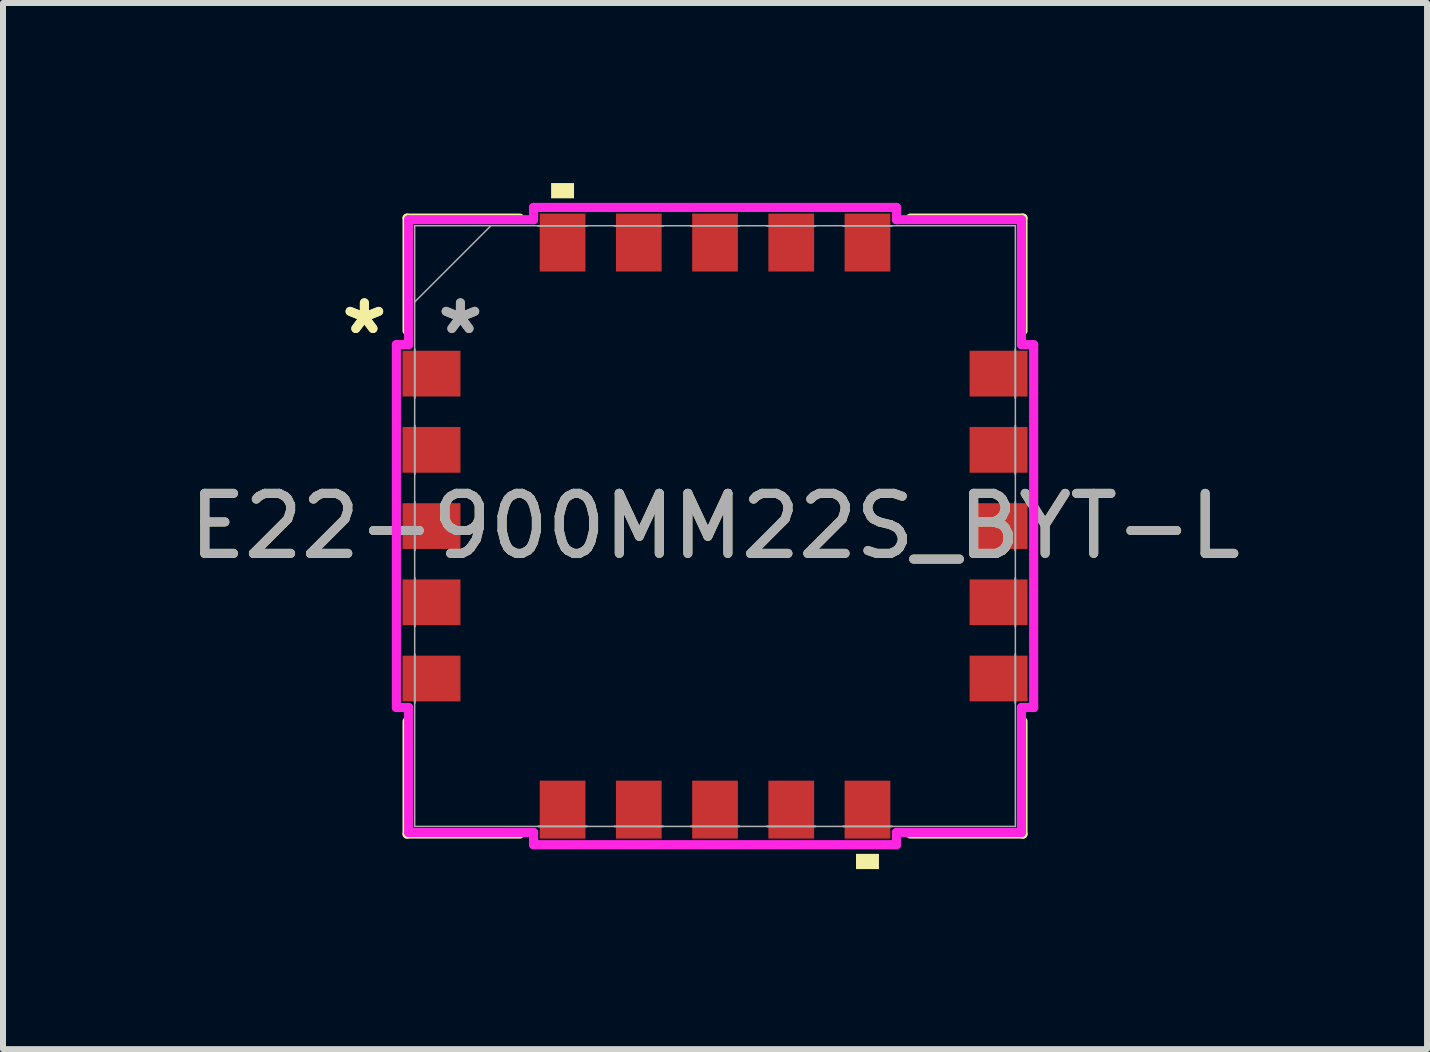
<source format=kicad_pcb>
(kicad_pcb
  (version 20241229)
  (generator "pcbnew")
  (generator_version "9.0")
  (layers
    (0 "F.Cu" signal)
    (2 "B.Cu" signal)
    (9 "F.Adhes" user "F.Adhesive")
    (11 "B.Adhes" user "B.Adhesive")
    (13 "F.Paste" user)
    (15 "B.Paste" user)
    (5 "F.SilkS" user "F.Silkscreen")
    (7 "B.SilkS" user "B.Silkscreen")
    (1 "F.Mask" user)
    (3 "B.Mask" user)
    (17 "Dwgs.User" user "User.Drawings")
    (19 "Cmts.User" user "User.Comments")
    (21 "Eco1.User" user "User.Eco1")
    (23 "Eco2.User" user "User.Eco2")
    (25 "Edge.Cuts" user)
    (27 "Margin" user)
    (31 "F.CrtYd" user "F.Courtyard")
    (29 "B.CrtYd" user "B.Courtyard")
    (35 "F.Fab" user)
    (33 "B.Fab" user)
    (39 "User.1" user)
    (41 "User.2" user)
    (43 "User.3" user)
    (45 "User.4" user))
  (footprint "E22-900MM22S_BYT-L"
    (layer "F.Cu")
    (at 8.863 5.715)
    (property "Reference" "E22-900MM22S_BYT-L" (at 0 0 0) (unlocked yes) (layer "F.SilkS") (effects (font (size 1 1) (thickness 0.15))))
    (attr smd)
    (fp_line (start -5.131 -5.131) (end -5.131 -3.254) (stroke (width 0.152) (type solid)) (layer "F.SilkS"))
    (fp_line (start -5.131 3.254) (end -5.131 5.131) (stroke (width 0.152) (type solid)) (layer "F.SilkS"))
    (fp_line (start -5.131 5.131) (end -3.254 5.131) (stroke (width 0.152) (type solid)) (layer "F.SilkS"))
    (fp_line (start -3.254 -5.131) (end -5.131 -5.131) (stroke (width 0.152) (type solid)) (layer "F.SilkS"))
    (fp_line (start 3.254 5.131) (end 5.131 5.131) (stroke (width 0.152) (type solid)) (layer "F.SilkS"))
    (fp_line (start 5.131 -5.131) (end 3.254 -5.131) (stroke (width 0.152) (type solid)) (layer "F.SilkS"))
    (fp_line (start 5.131 -3.254) (end 5.131 -5.131) (stroke (width 0.152) (type solid)) (layer "F.SilkS"))
    (fp_line (start 5.131 5.131) (end 5.131 3.254) (stroke (width 0.152) (type solid)) (layer "F.SilkS"))
    (fp_poly (pts (xy -2.731 -5.461) (xy -2.731 -5.715) (xy -2.349 -5.715) (xy -2.349 -5.461)) (stroke (width 0) (type solid)) (fill yes) (layer "F.SilkS"))
    (fp_poly (pts (xy 2.349 5.461) (xy 2.349 5.715) (xy 2.731 5.715) (xy 2.731 5.461)) (stroke (width 0) (type solid)) (fill yes) (layer "F.SilkS"))
    (fp_line (start -5.309 -3.023) (end -5.105 -3.023) (stroke (width 0.152) (type solid)) (layer "F.CrtYd"))
    (fp_line (start -5.309 3.023) (end -5.309 -3.023) (stroke (width 0.152) (type solid)) (layer "F.CrtYd"))
    (fp_line (start -5.105 -5.105) (end -3.023 -5.105) (stroke (width 0.152) (type solid)) (layer "F.CrtYd"))
    (fp_line (start -5.105 -3.023) (end -5.105 -5.105) (stroke (width 0.152) (type solid)) (layer "F.CrtYd"))
    (fp_line (start -5.105 3.023) (end -5.309 3.023) (stroke (width 0.152) (type solid)) (layer "F.CrtYd"))
    (fp_line (start -5.105 5.105) (end -5.105 3.023) (stroke (width 0.152) (type solid)) (layer "F.CrtYd"))
    (fp_line (start -3.023 -5.309) (end 3.023 -5.309) (stroke (width 0.152) (type solid)) (layer "F.CrtYd"))
    (fp_line (start -3.023 -5.105) (end -3.023 -5.309) (stroke (width 0.152) (type solid)) (layer "F.CrtYd"))
    (fp_line (start -3.023 5.105) (end -5.105 5.105) (stroke (width 0.152) (type solid)) (layer "F.CrtYd"))
    (fp_line (start -3.023 5.309) (end -3.023 5.105) (stroke (width 0.152) (type solid)) (layer "F.CrtYd"))
    (fp_line (start 3.023 -5.309) (end 3.023 -5.105) (stroke (width 0.152) (type solid)) (layer "F.CrtYd"))
    (fp_line (start 3.023 -5.105) (end 5.105 -5.105) (stroke (width 0.152) (type solid)) (layer "F.CrtYd"))
    (fp_line (start 3.023 5.105) (end 3.023 5.309) (stroke (width 0.152) (type solid)) (layer "F.CrtYd"))
    (fp_line (start 3.023 5.309) (end -3.023 5.309) (stroke (width 0.152) (type solid)) (layer "F.CrtYd"))
    (fp_line (start 5.105 -5.105) (end 5.105 -3.023) (stroke (width 0.152) (type solid)) (layer "F.CrtYd"))
    (fp_line (start 5.105 -3.023) (end 5.309 -3.023) (stroke (width 0.152) (type solid)) (layer "F.CrtYd"))
    (fp_line (start 5.105 3.023) (end 5.105 5.105) (stroke (width 0.152) (type solid)) (layer "F.CrtYd"))
    (fp_line (start 5.105 5.105) (end 3.023 5.105) (stroke (width 0.152) (type solid)) (layer "F.CrtYd"))
    (fp_line (start 5.309 -3.023) (end 5.309 3.023) (stroke (width 0.152) (type solid)) (layer "F.CrtYd"))
    (fp_line (start 5.309 3.023) (end 5.105 3.023) (stroke (width 0.152) (type solid)) (layer "F.CrtYd"))
    (fp_line (start -5.004 -5.004) (end -5.004 -5.004) (stroke (width 0.025) (type solid)) (layer "F.Fab"))
    (fp_line (start -5.004 -5.004) (end -5.004 5.004) (stroke (width 0.025) (type solid)) (layer "F.Fab"))
    (fp_line (start -5.004 -3.734) (end -3.734 -5.004) (stroke (width 0.025) (type solid)) (layer "F.Fab"))
    (fp_line (start -5.004 -2.946) (end -5.004 -2.946) (stroke (width 0.025) (type solid)) (layer "F.Fab"))
    (fp_line (start -5.004 -2.946) (end -5.004 -2.134) (stroke (width 0.025) (type solid)) (layer "F.Fab"))
    (fp_line (start -5.004 -2.134) (end -5.004 -2.946) (stroke (width 0.025) (type solid)) (layer "F.Fab"))
    (fp_line (start -5.004 -2.134) (end -5.004 -2.134) (stroke (width 0.025) (type solid)) (layer "F.Fab"))
    (fp_line (start -5.004 -1.676) (end -5.004 -1.676) (stroke (width 0.025) (type solid)) (layer "F.Fab"))
    (fp_line (start -5.004 -1.676) (end -5.004 -0.864) (stroke (width 0.025) (type solid)) (layer "F.Fab"))
    (fp_line (start -5.004 -0.864) (end -5.004 -1.676) (stroke (width 0.025) (type solid)) (layer "F.Fab"))
    (fp_line (start -5.004 -0.864) (end -5.004 -0.864) (stroke (width 0.025) (type solid)) (layer "F.Fab"))
    (fp_line (start -5.004 -0.406) (end -5.004 -0.406) (stroke (width 0.025) (type solid)) (layer "F.Fab"))
    (fp_line (start -5.004 -0.406) (end -5.004 0.406) (stroke (width 0.025) (type solid)) (layer "F.Fab"))
    (fp_line (start -5.004 0.406) (end -5.004 -0.406) (stroke (width 0.025) (type solid)) (layer "F.Fab"))
    (fp_line (start -5.004 0.406) (end -5.004 0.406) (stroke (width 0.025) (type solid)) (layer "F.Fab"))
    (fp_line (start -5.004 0.864) (end -5.004 0.864) (stroke (width 0.025) (type solid)) (layer "F.Fab"))
    (fp_line (start -5.004 0.864) (end -5.004 1.676) (stroke (width 0.025) (type solid)) (layer "F.Fab"))
    (fp_line (start -5.004 1.676) (end -5.004 0.864) (stroke (width 0.025) (type solid)) (layer "F.Fab"))
    (fp_line (start -5.004 1.676) (end -5.004 1.676) (stroke (width 0.025) (type solid)) (layer "F.Fab"))
    (fp_line (start -5.004 2.134) (end -5.004 2.134) (stroke (width 0.025) (type solid)) (layer "F.Fab"))
    (fp_line (start -5.004 2.134) (end -5.004 2.946) (stroke (width 0.025) (type solid)) (layer "F.Fab"))
    (fp_line (start -5.004 2.946) (end -5.004 2.134) (stroke (width 0.025) (type solid)) (layer "F.Fab"))
    (fp_line (start -5.004 2.946) (end -5.004 2.946) (stroke (width 0.025) (type solid)) (layer "F.Fab"))
    (fp_line (start -5.004 5.004) (end -5.004 5.004) (stroke (width 0.025) (type solid)) (layer "F.Fab"))
    (fp_line (start -5.004 5.004) (end 5.004 5.004) (stroke (width 0.025) (type solid)) (layer "F.Fab"))
    (fp_line (start -2.946 -5.004) (end -2.946 -5.004) (stroke (width 0.025) (type solid)) (layer "F.Fab"))
    (fp_line (start -2.946 -5.004) (end -2.134 -5.004) (stroke (width 0.025) (type solid)) (layer "F.Fab"))
    (fp_line (start -2.946 5.004) (end -2.946 5.004) (stroke (width 0.025) (type solid)) (layer "F.Fab"))
    (fp_line (start -2.946 5.004) (end -2.134 5.004) (stroke (width 0.025) (type solid)) (layer "F.Fab"))
    (fp_line (start -2.134 -5.004) (end -2.946 -5.004) (stroke (width 0.025) (type solid)) (layer "F.Fab"))
    (fp_line (start -2.134 -5.004) (end -2.134 -5.004) (stroke (width 0.025) (type solid)) (layer "F.Fab"))
    (fp_line (start -2.134 5.004) (end -2.946 5.004) (stroke (width 0.025) (type solid)) (layer "F.Fab"))
    (fp_line (start -2.134 5.004) (end -2.134 5.004) (stroke (width 0.025) (type solid)) (layer "F.Fab"))
    (fp_line (start -1.676 -5.004) (end -1.676 -5.004) (stroke (width 0.025) (type solid)) (layer "F.Fab"))
    (fp_line (start -1.676 -5.004) (end -0.864 -5.004) (stroke (width 0.025) (type solid)) (layer "F.Fab"))
    (fp_line (start -1.676 5.004) (end -1.676 5.004) (stroke (width 0.025) (type solid)) (layer "F.Fab"))
    (fp_line (start -1.676 5.004) (end -0.864 5.004) (stroke (width 0.025) (type solid)) (layer "F.Fab"))
    (fp_line (start -0.864 -5.004) (end -1.676 -5.004) (stroke (width 0.025) (type solid)) (layer "F.Fab"))
    (fp_line (start -0.864 -5.004) (end -0.864 -5.004) (stroke (width 0.025) (type solid)) (layer "F.Fab"))
    (fp_line (start -0.864 5.004) (end -1.676 5.004) (stroke (width 0.025) (type solid)) (layer "F.Fab"))
    (fp_line (start -0.864 5.004) (end -0.864 5.004) (stroke (width 0.025) (type solid)) (layer "F.Fab"))
    (fp_line (start -0.406 -5.004) (end -0.406 -5.004) (stroke (width 0.025) (type solid)) (layer "F.Fab"))
    (fp_line (start -0.406 -5.004) (end 0.406 -5.004) (stroke (width 0.025) (type solid)) (layer "F.Fab"))
    (fp_line (start -0.406 5.004) (end -0.406 5.004) (stroke (width 0.025) (type solid)) (layer "F.Fab"))
    (fp_line (start -0.406 5.004) (end 0.406 5.004) (stroke (width 0.025) (type solid)) (layer "F.Fab"))
    (fp_line (start 0.406 -5.004) (end -0.406 -5.004) (stroke (width 0.025) (type solid)) (layer "F.Fab"))
    (fp_line (start 0.406 -5.004) (end 0.406 -5.004) (stroke (width 0.025) (type solid)) (layer "F.Fab"))
    (fp_line (start 0.406 5.004) (end -0.406 5.004) (stroke (width 0.025) (type solid)) (layer "F.Fab"))
    (fp_line (start 0.406 5.004) (end 0.406 5.004) (stroke (width 0.025) (type solid)) (layer "F.Fab"))
    (fp_line (start 0.864 -5.004) (end 0.864 -5.004) (stroke (width 0.025) (type solid)) (layer "F.Fab"))
    (fp_line (start 0.864 -5.004) (end 1.676 -5.004) (stroke (width 0.025) (type solid)) (layer "F.Fab"))
    (fp_line (start 0.864 5.004) (end 0.864 5.004) (stroke (width 0.025) (type solid)) (layer "F.Fab"))
    (fp_line (start 0.864 5.004) (end 1.676 5.004) (stroke (width 0.025) (type solid)) (layer "F.Fab"))
    (fp_line (start 1.676 -5.004) (end 0.864 -5.004) (stroke (width 0.025) (type solid)) (layer "F.Fab"))
    (fp_line (start 1.676 -5.004) (end 1.676 -5.004) (stroke (width 0.025) (type solid)) (layer "F.Fab"))
    (fp_line (start 1.676 5.004) (end 0.864 5.004) (stroke (width 0.025) (type solid)) (layer "F.Fab"))
    (fp_line (start 1.676 5.004) (end 1.676 5.004) (stroke (width 0.025) (type solid)) (layer "F.Fab"))
    (fp_line (start 2.134 -5.004) (end 2.134 -5.004) (stroke (width 0.025) (type solid)) (layer "F.Fab"))
    (fp_line (start 2.134 -5.004) (end 2.946 -5.004) (stroke (width 0.025) (type solid)) (layer "F.Fab"))
    (fp_line (start 2.134 5.004) (end 2.134 5.004) (stroke (width 0.025) (type solid)) (layer "F.Fab"))
    (fp_line (start 2.134 5.004) (end 2.946 5.004) (stroke (width 0.025) (type solid)) (layer "F.Fab"))
    (fp_line (start 2.946 -5.004) (end 2.134 -5.004) (stroke (width 0.025) (type solid)) (layer "F.Fab"))
    (fp_line (start 2.946 -5.004) (end 2.946 -5.004) (stroke (width 0.025) (type solid)) (layer "F.Fab"))
    (fp_line (start 2.946 5.004) (end 2.134 5.004) (stroke (width 0.025) (type solid)) (layer "F.Fab"))
    (fp_line (start 2.946 5.004) (end 2.946 5.004) (stroke (width 0.025) (type solid)) (layer "F.Fab"))
    (fp_line (start 5.004 -5.004) (end -5.004 -5.004) (stroke (width 0.025) (type solid)) (layer "F.Fab"))
    (fp_line (start 5.004 -5.004) (end 5.004 -5.004) (stroke (width 0.025) (type solid)) (layer "F.Fab"))
    (fp_line (start 5.004 -2.946) (end 5.004 -2.946) (stroke (width 0.025) (type solid)) (layer "F.Fab"))
    (fp_line (start 5.004 -2.946) (end 5.004 -2.134) (stroke (width 0.025) (type solid)) (layer "F.Fab"))
    (fp_line (start 5.004 -2.134) (end 5.004 -2.946) (stroke (width 0.025) (type solid)) (layer "F.Fab"))
    (fp_line (start 5.004 -2.134) (end 5.004 -2.134) (stroke (width 0.025) (type solid)) (layer "F.Fab"))
    (fp_line (start 5.004 -1.676) (end 5.004 -1.676) (stroke (width 0.025) (type solid)) (layer "F.Fab"))
    (fp_line (start 5.004 -1.676) (end 5.004 -0.864) (stroke (width 0.025) (type solid)) (layer "F.Fab"))
    (fp_line (start 5.004 -0.864) (end 5.004 -1.676) (stroke (width 0.025) (type solid)) (layer "F.Fab"))
    (fp_line (start 5.004 -0.864) (end 5.004 -0.864) (stroke (width 0.025) (type solid)) (layer "F.Fab"))
    (fp_line (start 5.004 -0.406) (end 5.004 -0.406) (stroke (width 0.025) (type solid)) (layer "F.Fab"))
    (fp_line (start 5.004 -0.406) (end 5.004 0.406) (stroke (width 0.025) (type solid)) (layer "F.Fab"))
    (fp_line (start 5.004 0.406) (end 5.004 -0.406) (stroke (width 0.025) (type solid)) (layer "F.Fab"))
    (fp_line (start 5.004 0.406) (end 5.004 0.406) (stroke (width 0.025) (type solid)) (layer "F.Fab"))
    (fp_line (start 5.004 0.864) (end 5.004 0.864) (stroke (width 0.025) (type solid)) (layer "F.Fab"))
    (fp_line (start 5.004 0.864) (end 5.004 1.676) (stroke (width 0.025) (type solid)) (layer "F.Fab"))
    (fp_line (start 5.004 1.676) (end 5.004 0.864) (stroke (width 0.025) (type solid)) (layer "F.Fab"))
    (fp_line (start 5.004 1.676) (end 5.004 1.676) (stroke (width 0.025) (type solid)) (layer "F.Fab"))
    (fp_line (start 5.004 2.134) (end 5.004 2.134) (stroke (width 0.025) (type solid)) (layer "F.Fab"))
    (fp_line (start 5.004 2.134) (end 5.004 2.946) (stroke (width 0.025) (type solid)) (layer "F.Fab"))
    (fp_line (start 5.004 2.946) (end 5.004 2.134) (stroke (width 0.025) (type solid)) (layer "F.Fab"))
    (fp_line (start 5.004 2.946) (end 5.004 2.946) (stroke (width 0.025) (type solid)) (layer "F.Fab"))
    (fp_line (start 5.004 5.004) (end 5.004 -5.004) (stroke (width 0.025) (type solid)) (layer "F.Fab"))
    (fp_line (start 5.004 5.004) (end 5.004 5.004) (stroke (width 0.025) (type solid)) (layer "F.Fab"))
    (fp_text user "*" (at -5.842 -3.175 0) (unlocked yes) (layer "F.SilkS") (effects (font (size 1 1) (thickness 0.15))))
    (fp_text user "*" (at -5.842 -3.175 0) (layer "F.SilkS") (effects (font (size 1 1) (thickness 0.15))))
    (fp_text user "*" (at -4.242 -3.175 0) (layer "F.Fab") (effects (font (size 1 1) (thickness 0.15))))
    (fp_text user "${REFERENCE}" (at 0 0 0) (unlocked yes) (layer "F.Fab") (effects (font (size 1 1) (thickness 0.15))))
    (fp_text user "*" (at -4.242 -3.175 0) (unlocked yes) (layer "F.Fab") (effects (font (size 1 1) (thickness 0.15))))
    (pad "1" smd rect (at -4.724 -2.54 90) (size 0.762 0.965) (layers "F.Cu" "F.Mask" "F.Paste"))
    (pad "2" smd rect (at -4.724 -1.27 90) (size 0.762 0.965) (layers "F.Cu" "F.Mask" "F.Paste"))
    (pad "3" smd rect (at -4.724 0 90) (size 0.762 0.965) (layers "F.Cu" "F.Mask" "F.Paste"))
    (pad "4" smd rect (at -4.724 1.27 90) (size 0.762 0.965) (layers "F.Cu" "F.Mask" "F.Paste"))
    (pad "5" smd rect (at -4.724 2.54 90) (size 0.762 0.965) (layers "F.Cu" "F.Mask" "F.Paste"))
    (pad "6" smd rect (at -2.54 4.724) (size 0.762 0.965) (layers "F.Cu" "F.Mask" "F.Paste"))
    (pad "7" smd rect (at -1.27 4.724) (size 0.762 0.965) (layers "F.Cu" "F.Mask" "F.Paste"))
    (pad "8" smd rect (at 0 4.724) (size 0.762 0.965) (layers "F.Cu" "F.Mask" "F.Paste"))
    (pad "9" smd rect (at 1.27 4.724) (size 0.762 0.965) (layers "F.Cu" "F.Mask" "F.Paste"))
    (pad "10" smd rect (at 2.54 4.724) (size 0.762 0.965) (layers "F.Cu" "F.Mask" "F.Paste"))
    (pad "11" smd rect (at 4.724 2.54 90) (size 0.762 0.965) (layers "F.Cu" "F.Mask" "F.Paste"))
    (pad "12" smd rect (at 4.724 1.27 90) (size 0.762 0.965) (layers "F.Cu" "F.Mask" "F.Paste"))
    (pad "13" smd rect (at 4.724 0 90) (size 0.762 0.965) (layers "F.Cu" "F.Mask" "F.Paste"))
    (pad "14" smd rect (at 4.724 -1.27 90) (size 0.762 0.965) (layers "F.Cu" "F.Mask" "F.Paste"))
    (pad "15" smd rect (at 4.724 -2.54 90) (size 0.762 0.965) (layers "F.Cu" "F.Mask" "F.Paste"))
    (pad "16" smd rect (at 2.54 -4.724) (size 0.762 0.965) (layers "F.Cu" "F.Mask" "F.Paste"))
    (pad "17" smd rect (at 1.27 -4.724) (size 0.762 0.965) (layers "F.Cu" "F.Mask" "F.Paste"))
    (pad "18" smd rect (at 0 -4.724) (size 0.762 0.965) (layers "F.Cu" "F.Mask" "F.Paste"))
    (pad "19" smd rect (at -1.27 -4.724) (size 0.762 0.965) (layers "F.Cu" "F.Mask" "F.Paste"))
    (pad "20" smd rect (at -2.54 -4.724) (size 0.762 0.965) (layers "F.Cu" "F.Mask" "F.Paste")))
  (gr_rect
    (start -3 -3)
    (end 20.726 14.43)
    (stroke (width 0.1) (type default))
    (fill no)
    (layer "Edge.Cuts")))
</source>
